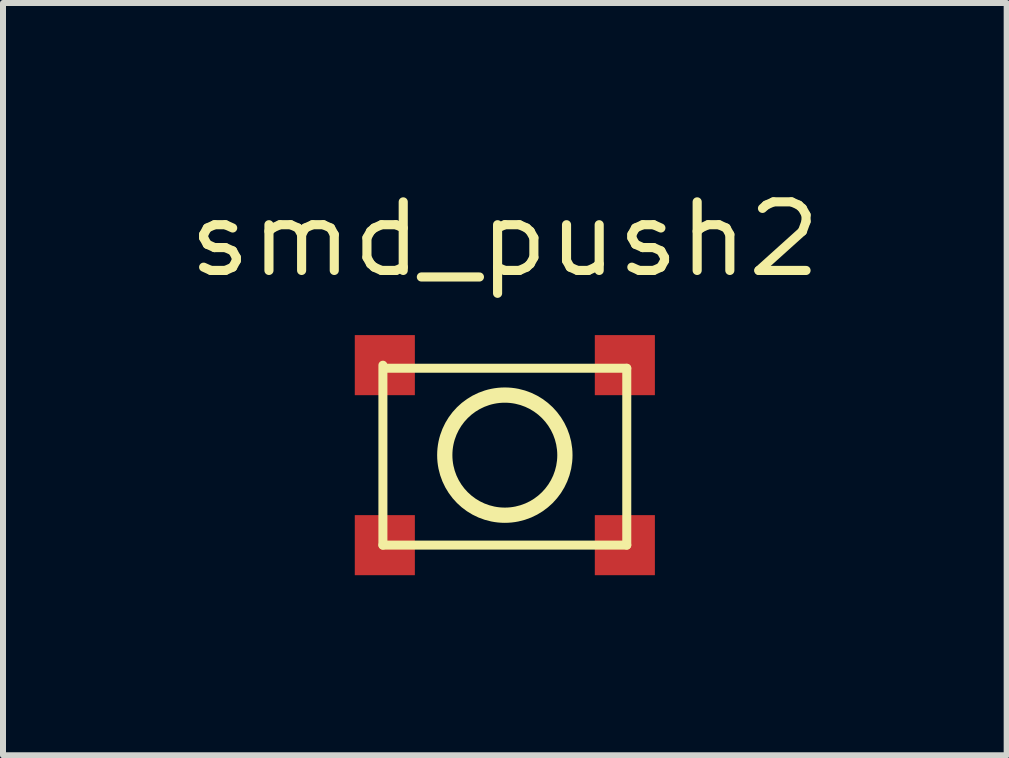
<source format=kicad_pcb>
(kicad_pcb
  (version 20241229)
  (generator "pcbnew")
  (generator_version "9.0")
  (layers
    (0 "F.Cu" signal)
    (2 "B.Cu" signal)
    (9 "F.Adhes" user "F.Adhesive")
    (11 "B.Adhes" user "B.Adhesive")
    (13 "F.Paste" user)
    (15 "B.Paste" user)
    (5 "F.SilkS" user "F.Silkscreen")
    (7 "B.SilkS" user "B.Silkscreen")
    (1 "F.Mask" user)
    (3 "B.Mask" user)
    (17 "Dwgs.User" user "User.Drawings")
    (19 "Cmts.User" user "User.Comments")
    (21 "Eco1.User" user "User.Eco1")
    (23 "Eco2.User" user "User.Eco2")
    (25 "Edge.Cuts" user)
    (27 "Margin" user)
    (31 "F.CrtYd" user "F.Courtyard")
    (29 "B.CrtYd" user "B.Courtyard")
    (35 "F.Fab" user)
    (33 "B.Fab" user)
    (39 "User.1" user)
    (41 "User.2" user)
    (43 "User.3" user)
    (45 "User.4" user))
  (footprint "smd_push2"
    (layer "F.Cu")
    (at 5.363 4.535)
    (property "Reference" "smd_push2" (at 0 -3.599 0) (layer "F.SilkS") (effects (font (size 1.143 1.27) (thickness 0.152))))
    (attr through_hole)
    (fp_line (start -2.032 -1.499) (end -2.032 1.499) (stroke (width 0.15) (type solid)) (layer "F.SilkS"))
    (fp_line (start -2.032 1.499) (end 2.032 1.499) (stroke (width 0.15) (type solid)) (layer "F.SilkS"))
    (fp_line (start 2.032 -1.448) (end -2.007 -1.448) (stroke (width 0.15) (type solid)) (layer "F.SilkS"))
    (fp_line (start 2.032 1.499) (end 2.032 -1.448) (stroke (width 0.15) (type solid)) (layer "F.SilkS"))
    (fp_circle (center 0 0) (end -1.001 0) (stroke (width 0.254) (type solid)) (fill no) (layer "F.SilkS"))
    (pad "1" smd rect (at -2 -1.5) (size 1.001 1.001) (layers "F.Cu" "F.Mask" "F.Paste"))
    (pad "2" smd rect (at 2 1.5) (size 1.001 1.001) (layers "F.Cu" "F.Mask" "F.Paste"))
    (pad "3" smd rect (at -2 1.5) (size 1.001 1.001) (layers "F.Cu" "F.Mask" "F.Paste"))
    (pad "4" smd rect (at 2 -1.5) (size 1.001 1.001) (layers "F.Cu" "F.Mask" "F.Paste")))
  (gr_rect
    (start -3 -3)
    (end 13.726 9.536)
    (stroke (width 0.1) (type default))
    (fill no)
    (layer "Edge.Cuts")))
</source>
